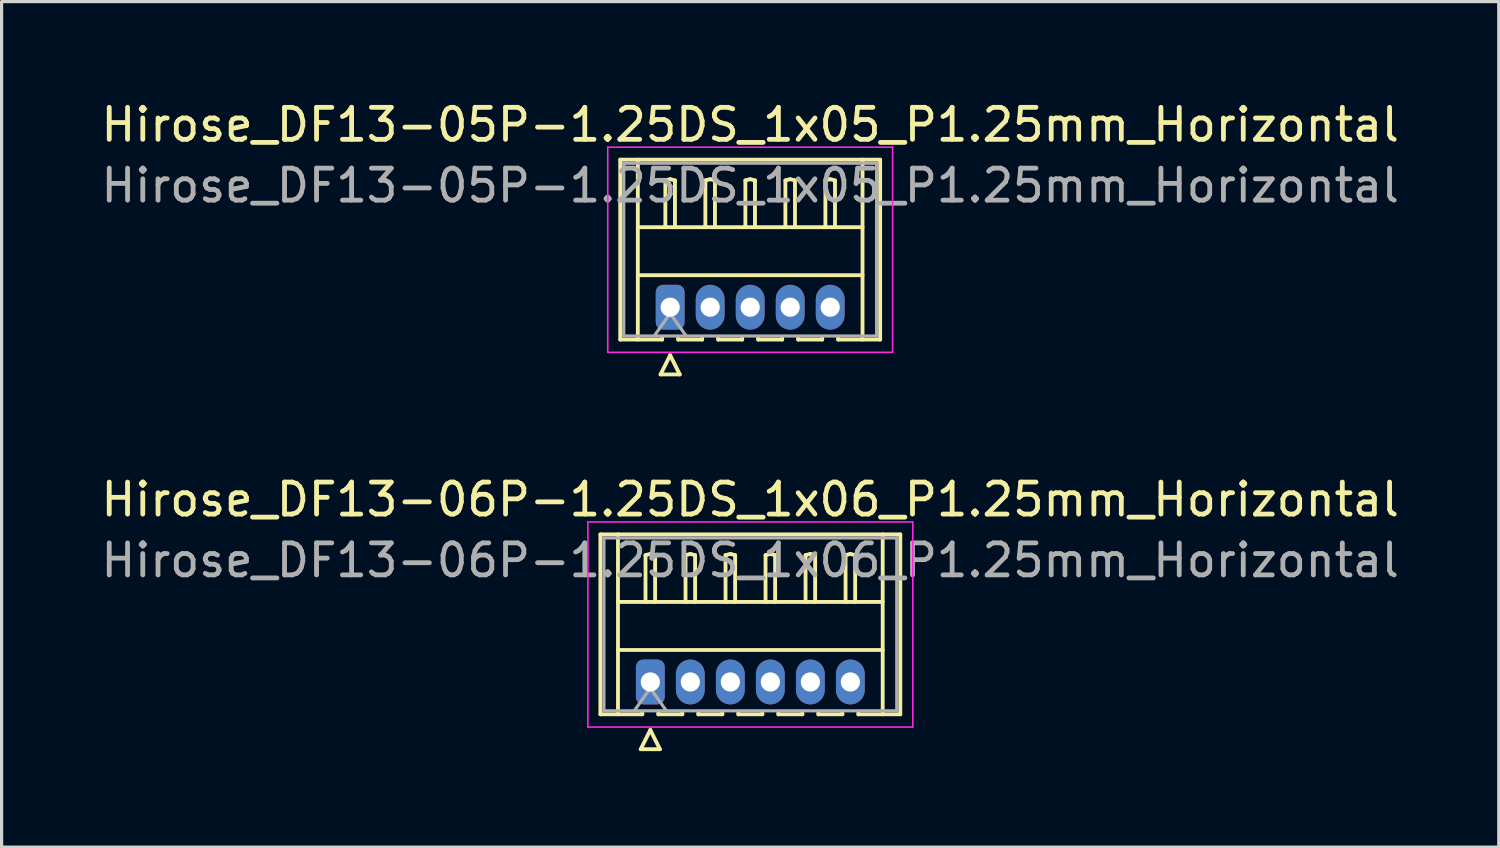
<source format=kicad_pcb>
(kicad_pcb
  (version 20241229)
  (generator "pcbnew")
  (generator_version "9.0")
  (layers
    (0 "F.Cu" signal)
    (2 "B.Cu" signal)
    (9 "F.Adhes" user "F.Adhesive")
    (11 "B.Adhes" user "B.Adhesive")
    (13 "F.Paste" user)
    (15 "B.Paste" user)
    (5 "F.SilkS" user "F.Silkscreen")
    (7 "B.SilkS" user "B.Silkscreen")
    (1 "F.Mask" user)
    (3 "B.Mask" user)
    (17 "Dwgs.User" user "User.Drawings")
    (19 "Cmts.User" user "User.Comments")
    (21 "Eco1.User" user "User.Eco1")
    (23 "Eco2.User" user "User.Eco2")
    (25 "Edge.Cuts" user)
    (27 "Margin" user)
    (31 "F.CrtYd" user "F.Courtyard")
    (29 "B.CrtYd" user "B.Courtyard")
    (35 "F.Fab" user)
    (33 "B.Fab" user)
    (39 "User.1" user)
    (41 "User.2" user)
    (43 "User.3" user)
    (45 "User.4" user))
  (footprint "Hirose_DF13-05P-1.25DS_1x05_P1.25mm_Horizontal"
    (layer "F.Cu")
    (at 17.887 6.548)
    (property "Reference" "Hirose_DF13-05P-1.25DS_1x05_P1.25mm_Horizontal" (at 2.5 -5.7 0) (layer "F.SilkS") (effects (font (size 1 1) (thickness 0.15))))
    (attr through_hole)
    (fp_line (start -1.56 -4.61) (end 6.56 -4.61) (stroke (width 0.12) (type solid)) (layer "F.SilkS"))
    (fp_line (start -1.56 1.01) (end -1.56 -4.61) (stroke (width 0.12) (type solid)) (layer "F.SilkS"))
    (fp_line (start -1.01 -4.61) (end -1.01 1.01) (stroke (width 0.12) (type solid)) (layer "F.SilkS"))
    (fp_line (start -1.01 -2.5) (end 6.01 -2.5) (stroke (width 0.12) (type solid)) (layer "F.SilkS"))
    (fp_line (start -1.01 -1) (end 6.01 -1) (stroke (width 0.12) (type solid)) (layer "F.SilkS"))
    (fp_line (start -0.3 2.1) (end 0.3 2.1) (stroke (width 0.12) (type solid)) (layer "F.SilkS"))
    (fp_line (start -0.25 0.96) (end -0.25 1.01) (stroke (width 0.12) (type solid)) (layer "F.SilkS"))
    (fp_line (start -0.25 1.01) (end -1.56 1.01) (stroke (width 0.12) (type solid)) (layer "F.SilkS"))
    (fp_line (start -0.15 -3.962) (end 0 -4) (stroke (width 0.12) (type solid)) (layer "F.SilkS"))
    (fp_line (start -0.15 -2.5) (end -0.15 -3.962) (stroke (width 0.12) (type solid)) (layer "F.SilkS"))
    (fp_line (start 0 -4) (end 0.15 -3.962) (stroke (width 0.12) (type solid)) (layer "F.SilkS"))
    (fp_line (start 0 1.5) (end -0.3 2.1) (stroke (width 0.12) (type solid)) (layer "F.SilkS"))
    (fp_line (start 0.15 -3.962) (end 0.15 -2.5) (stroke (width 0.12) (type solid)) (layer "F.SilkS"))
    (fp_line (start 0.25 0.96) (end 0.25 1.01) (stroke (width 0.12) (type solid)) (layer "F.SilkS"))
    (fp_line (start 0.25 1.01) (end 1 1.01) (stroke (width 0.12) (type solid)) (layer "F.SilkS"))
    (fp_line (start 0.3 2.1) (end 0 1.5) (stroke (width 0.12) (type solid)) (layer "F.SilkS"))
    (fp_line (start 1 1.01) (end 1 0.96) (stroke (width 0.12) (type solid)) (layer "F.SilkS"))
    (fp_line (start 1.1 -3.962) (end 1.25 -4) (stroke (width 0.12) (type solid)) (layer "F.SilkS"))
    (fp_line (start 1.1 -2.5) (end 1.1 -3.962) (stroke (width 0.12) (type solid)) (layer "F.SilkS"))
    (fp_line (start 1.25 -4) (end 1.4 -3.962) (stroke (width 0.12) (type solid)) (layer "F.SilkS"))
    (fp_line (start 1.4 -3.962) (end 1.4 -2.5) (stroke (width 0.12) (type solid)) (layer "F.SilkS"))
    (fp_line (start 1.5 0.96) (end 1.5 1.01) (stroke (width 0.12) (type solid)) (layer "F.SilkS"))
    (fp_line (start 1.5 1.01) (end 2.25 1.01) (stroke (width 0.12) (type solid)) (layer "F.SilkS"))
    (fp_line (start 2.25 1.01) (end 2.25 0.96) (stroke (width 0.12) (type solid)) (layer "F.SilkS"))
    (fp_line (start 2.35 -3.962) (end 2.5 -4) (stroke (width 0.12) (type solid)) (layer "F.SilkS"))
    (fp_line (start 2.35 -2.5) (end 2.35 -3.962) (stroke (width 0.12) (type solid)) (layer "F.SilkS"))
    (fp_line (start 2.5 -4) (end 2.65 -3.962) (stroke (width 0.12) (type solid)) (layer "F.SilkS"))
    (fp_line (start 2.65 -3.962) (end 2.65 -2.5) (stroke (width 0.12) (type solid)) (layer "F.SilkS"))
    (fp_line (start 2.75 0.96) (end 2.75 1.01) (stroke (width 0.12) (type solid)) (layer "F.SilkS"))
    (fp_line (start 2.75 1.01) (end 3.5 1.01) (stroke (width 0.12) (type solid)) (layer "F.SilkS"))
    (fp_line (start 3.5 1.01) (end 3.5 0.96) (stroke (width 0.12) (type solid)) (layer "F.SilkS"))
    (fp_line (start 3.6 -3.962) (end 3.75 -4) (stroke (width 0.12) (type solid)) (layer "F.SilkS"))
    (fp_line (start 3.6 -2.5) (end 3.6 -3.962) (stroke (width 0.12) (type solid)) (layer "F.SilkS"))
    (fp_line (start 3.75 -4) (end 3.9 -3.962) (stroke (width 0.12) (type solid)) (layer "F.SilkS"))
    (fp_line (start 3.9 -3.962) (end 3.9 -2.5) (stroke (width 0.12) (type solid)) (layer "F.SilkS"))
    (fp_line (start 4 0.96) (end 4 1.01) (stroke (width 0.12) (type solid)) (layer "F.SilkS"))
    (fp_line (start 4 1.01) (end 4.75 1.01) (stroke (width 0.12) (type solid)) (layer "F.SilkS"))
    (fp_line (start 4.75 1.01) (end 4.75 0.96) (stroke (width 0.12) (type solid)) (layer "F.SilkS"))
    (fp_line (start 4.85 -3.962) (end 5 -4) (stroke (width 0.12) (type solid)) (layer "F.SilkS"))
    (fp_line (start 4.85 -2.5) (end 4.85 -3.962) (stroke (width 0.12) (type solid)) (layer "F.SilkS"))
    (fp_line (start 5 -4) (end 5.15 -3.962) (stroke (width 0.12) (type solid)) (layer "F.SilkS"))
    (fp_line (start 5.15 -3.962) (end 5.15 -2.5) (stroke (width 0.12) (type solid)) (layer "F.SilkS"))
    (fp_line (start 5.25 1.01) (end 5.25 0.96) (stroke (width 0.12) (type solid)) (layer "F.SilkS"))
    (fp_line (start 6.01 -4.61) (end 6.01 1.01) (stroke (width 0.12) (type solid)) (layer "F.SilkS"))
    (fp_line (start 6.56 -4.61) (end 6.56 1.01) (stroke (width 0.12) (type solid)) (layer "F.SilkS"))
    (fp_line (start 6.56 1.01) (end 5.25 1.01) (stroke (width 0.12) (type solid)) (layer "F.SilkS"))
    (fp_line (start -1.95 -5) (end -1.95 1.41) (stroke (width 0.05) (type solid)) (layer "F.CrtYd"))
    (fp_line (start -1.95 1.41) (end 6.95 1.41) (stroke (width 0.05) (type solid)) (layer "F.CrtYd"))
    (fp_line (start 6.95 -5) (end -1.95 -5) (stroke (width 0.05) (type solid)) (layer "F.CrtYd"))
    (fp_line (start 6.95 1.41) (end 6.95 -5) (stroke (width 0.05) (type solid)) (layer "F.CrtYd"))
    (fp_line (start -1.45 -4.5) (end -1.45 0.9) (stroke (width 0.1) (type solid)) (layer "F.Fab"))
    (fp_line (start -1.45 0.9) (end 6.45 0.9) (stroke (width 0.1) (type solid)) (layer "F.Fab"))
    (fp_line (start -0.5 0.9) (end 0 0.193) (stroke (width 0.1) (type solid)) (layer "F.Fab"))
    (fp_line (start 0 0.193) (end 0.5 0.9) (stroke (width 0.1) (type solid)) (layer "F.Fab"))
    (fp_line (start 6.45 -4.5) (end -1.45 -4.5) (stroke (width 0.1) (type solid)) (layer "F.Fab"))
    (fp_line (start 6.45 0.9) (end 6.45 -4.5) (stroke (width 0.1) (type solid)) (layer "F.Fab"))
    (fp_text user "${REFERENCE}" (at 2.5 -3.8 0) (layer "F.Fab") (effects (font (size 1 1) (thickness 0.15))))
    (pad "1" thru_hole roundrect (at 0 0) (size 0.9 1.4) (drill 0.6) (layers "*.Cu" "*.Mask") (roundrect_rratio 0.25))
    (pad "2" thru_hole oval (at 1.25 0) (size 0.9 1.4) (drill 0.6) (layers "*.Cu" "*.Mask"))
    (pad "3" thru_hole oval (at 2.5 0) (size 0.9 1.4) (drill 0.6) (layers "*.Cu" "*.Mask"))
    (pad "4" thru_hole oval (at 3.75 0) (size 0.9 1.4) (drill 0.6) (layers "*.Cu" "*.Mask"))
    (pad "5" thru_hole oval (at 5 0) (size 0.9 1.4) (drill 0.6) (layers "*.Cu" "*.Mask")))
  (footprint "Hirose_DF13-06P-1.25DS_1x06_P1.25mm_Horizontal"
    (layer "F.Cu")
    (at 17.267 18.256)
    (property "Reference" "Hirose_DF13-06P-1.25DS_1x06_P1.25mm_Horizontal" (at 3.12 -5.7 0) (layer "F.SilkS") (effects (font (size 1 1) (thickness 0.15))))
    (attr through_hole)
    (fp_line (start -1.56 -4.61) (end 7.81 -4.61) (stroke (width 0.12) (type solid)) (layer "F.SilkS"))
    (fp_line (start -1.56 1.01) (end -1.56 -4.61) (stroke (width 0.12) (type solid)) (layer "F.SilkS"))
    (fp_line (start -1.01 -4.61) (end -1.01 1.01) (stroke (width 0.12) (type solid)) (layer "F.SilkS"))
    (fp_line (start -1.01 -2.5) (end 7.26 -2.5) (stroke (width 0.12) (type solid)) (layer "F.SilkS"))
    (fp_line (start -1.01 -1) (end 7.26 -1) (stroke (width 0.12) (type solid)) (layer "F.SilkS"))
    (fp_line (start -0.3 2.1) (end 0.3 2.1) (stroke (width 0.12) (type solid)) (layer "F.SilkS"))
    (fp_line (start -0.25 0.96) (end -0.25 1.01) (stroke (width 0.12) (type solid)) (layer "F.SilkS"))
    (fp_line (start -0.25 1.01) (end -1.56 1.01) (stroke (width 0.12) (type solid)) (layer "F.SilkS"))
    (fp_line (start -0.15 -3.962) (end 0 -4) (stroke (width 0.12) (type solid)) (layer "F.SilkS"))
    (fp_line (start -0.15 -2.5) (end -0.15 -3.962) (stroke (width 0.12) (type solid)) (layer "F.SilkS"))
    (fp_line (start 0 -4) (end 0.15 -3.962) (stroke (width 0.12) (type solid)) (layer "F.SilkS"))
    (fp_line (start 0 1.5) (end -0.3 2.1) (stroke (width 0.12) (type solid)) (layer "F.SilkS"))
    (fp_line (start 0.15 -3.962) (end 0.15 -2.5) (stroke (width 0.12) (type solid)) (layer "F.SilkS"))
    (fp_line (start 0.25 0.96) (end 0.25 1.01) (stroke (width 0.12) (type solid)) (layer "F.SilkS"))
    (fp_line (start 0.25 1.01) (end 1 1.01) (stroke (width 0.12) (type solid)) (layer "F.SilkS"))
    (fp_line (start 0.3 2.1) (end 0 1.5) (stroke (width 0.12) (type solid)) (layer "F.SilkS"))
    (fp_line (start 1 1.01) (end 1 0.96) (stroke (width 0.12) (type solid)) (layer "F.SilkS"))
    (fp_line (start 1.1 -3.962) (end 1.25 -4) (stroke (width 0.12) (type solid)) (layer "F.SilkS"))
    (fp_line (start 1.1 -2.5) (end 1.1 -3.962) (stroke (width 0.12) (type solid)) (layer "F.SilkS"))
    (fp_line (start 1.25 -4) (end 1.4 -3.962) (stroke (width 0.12) (type solid)) (layer "F.SilkS"))
    (fp_line (start 1.4 -3.962) (end 1.4 -2.5) (stroke (width 0.12) (type solid)) (layer "F.SilkS"))
    (fp_line (start 1.5 0.96) (end 1.5 1.01) (stroke (width 0.12) (type solid)) (layer "F.SilkS"))
    (fp_line (start 1.5 1.01) (end 2.25 1.01) (stroke (width 0.12) (type solid)) (layer "F.SilkS"))
    (fp_line (start 2.25 1.01) (end 2.25 0.96) (stroke (width 0.12) (type solid)) (layer "F.SilkS"))
    (fp_line (start 2.35 -3.962) (end 2.5 -4) (stroke (width 0.12) (type solid)) (layer "F.SilkS"))
    (fp_line (start 2.35 -2.5) (end 2.35 -3.962) (stroke (width 0.12) (type solid)) (layer "F.SilkS"))
    (fp_line (start 2.5 -4) (end 2.65 -3.962) (stroke (width 0.12) (type solid)) (layer "F.SilkS"))
    (fp_line (start 2.65 -3.962) (end 2.65 -2.5) (stroke (width 0.12) (type solid)) (layer "F.SilkS"))
    (fp_line (start 2.75 0.96) (end 2.75 1.01) (stroke (width 0.12) (type solid)) (layer "F.SilkS"))
    (fp_line (start 2.75 1.01) (end 3.5 1.01) (stroke (width 0.12) (type solid)) (layer "F.SilkS"))
    (fp_line (start 3.5 1.01) (end 3.5 0.96) (stroke (width 0.12) (type solid)) (layer "F.SilkS"))
    (fp_line (start 3.6 -3.962) (end 3.75 -4) (stroke (width 0.12) (type solid)) (layer "F.SilkS"))
    (fp_line (start 3.6 -2.5) (end 3.6 -3.962) (stroke (width 0.12) (type solid)) (layer "F.SilkS"))
    (fp_line (start 3.75 -4) (end 3.9 -3.962) (stroke (width 0.12) (type solid)) (layer "F.SilkS"))
    (fp_line (start 3.9 -3.962) (end 3.9 -2.5) (stroke (width 0.12) (type solid)) (layer "F.SilkS"))
    (fp_line (start 4 0.96) (end 4 1.01) (stroke (width 0.12) (type solid)) (layer "F.SilkS"))
    (fp_line (start 4 1.01) (end 4.75 1.01) (stroke (width 0.12) (type solid)) (layer "F.SilkS"))
    (fp_line (start 4.75 1.01) (end 4.75 0.96) (stroke (width 0.12) (type solid)) (layer "F.SilkS"))
    (fp_line (start 4.85 -3.962) (end 5 -4) (stroke (width 0.12) (type solid)) (layer "F.SilkS"))
    (fp_line (start 4.85 -2.5) (end 4.85 -3.962) (stroke (width 0.12) (type solid)) (layer "F.SilkS"))
    (fp_line (start 5 -4) (end 5.15 -3.962) (stroke (width 0.12) (type solid)) (layer "F.SilkS"))
    (fp_line (start 5.15 -3.962) (end 5.15 -2.5) (stroke (width 0.12) (type solid)) (layer "F.SilkS"))
    (fp_line (start 5.25 0.96) (end 5.25 1.01) (stroke (width 0.12) (type solid)) (layer "F.SilkS"))
    (fp_line (start 5.25 1.01) (end 6 1.01) (stroke (width 0.12) (type solid)) (layer "F.SilkS"))
    (fp_line (start 6 1.01) (end 6 0.96) (stroke (width 0.12) (type solid)) (layer "F.SilkS"))
    (fp_line (start 6.1 -3.962) (end 6.25 -4) (stroke (width 0.12) (type solid)) (layer "F.SilkS"))
    (fp_line (start 6.1 -2.5) (end 6.1 -3.962) (stroke (width 0.12) (type solid)) (layer "F.SilkS"))
    (fp_line (start 6.25 -4) (end 6.4 -3.962) (stroke (width 0.12) (type solid)) (layer "F.SilkS"))
    (fp_line (start 6.4 -3.962) (end 6.4 -2.5) (stroke (width 0.12) (type solid)) (layer "F.SilkS"))
    (fp_line (start 6.5 1.01) (end 6.5 0.96) (stroke (width 0.12) (type solid)) (layer "F.SilkS"))
    (fp_line (start 7.26 -4.61) (end 7.26 1.01) (stroke (width 0.12) (type solid)) (layer "F.SilkS"))
    (fp_line (start 7.81 -4.61) (end 7.81 1.01) (stroke (width 0.12) (type solid)) (layer "F.SilkS"))
    (fp_line (start 7.81 1.01) (end 6.5 1.01) (stroke (width 0.12) (type solid)) (layer "F.SilkS"))
    (fp_line (start -1.95 -5) (end -1.95 1.41) (stroke (width 0.05) (type solid)) (layer "F.CrtYd"))
    (fp_line (start -1.95 1.41) (end 8.2 1.41) (stroke (width 0.05) (type solid)) (layer "F.CrtYd"))
    (fp_line (start 8.2 -5) (end -1.95 -5) (stroke (width 0.05) (type solid)) (layer "F.CrtYd"))
    (fp_line (start 8.2 1.41) (end 8.2 -5) (stroke (width 0.05) (type solid)) (layer "F.CrtYd"))
    (fp_line (start -1.45 -4.5) (end -1.45 0.9) (stroke (width 0.1) (type solid)) (layer "F.Fab"))
    (fp_line (start -1.45 0.9) (end 7.7 0.9) (stroke (width 0.1) (type solid)) (layer "F.Fab"))
    (fp_line (start -0.5 0.9) (end 0 0.193) (stroke (width 0.1) (type solid)) (layer "F.Fab"))
    (fp_line (start 0 0.193) (end 0.5 0.9) (stroke (width 0.1) (type solid)) (layer "F.Fab"))
    (fp_line (start 7.7 -4.5) (end -1.45 -4.5) (stroke (width 0.1) (type solid)) (layer "F.Fab"))
    (fp_line (start 7.7 0.9) (end 7.7 -4.5) (stroke (width 0.1) (type solid)) (layer "F.Fab"))
    (fp_text user "${REFERENCE}" (at 3.12 -3.8 0) (layer "F.Fab") (effects (font (size 1 1) (thickness 0.15))))
    (pad "1" thru_hole roundrect (at 0 0) (size 0.9 1.4) (drill 0.6) (layers "*.Cu" "*.Mask") (roundrect_rratio 0.25))
    (pad "2" thru_hole oval (at 1.25 0) (size 0.9 1.4) (drill 0.6) (layers "*.Cu" "*.Mask"))
    (pad "3" thru_hole oval (at 2.5 0) (size 0.9 1.4) (drill 0.6) (layers "*.Cu" "*.Mask"))
    (pad "4" thru_hole oval (at 3.75 0) (size 0.9 1.4) (drill 0.6) (layers "*.Cu" "*.Mask"))
    (pad "5" thru_hole oval (at 5 0) (size 0.9 1.4) (drill 0.6) (layers "*.Cu" "*.Mask"))
    (pad "6" thru_hole oval (at 6.25 0) (size 0.9 1.4) (drill 0.6) (layers "*.Cu" "*.Mask")))
  (gr_rect
    (start -3 -3)
    (end 43.774 23.416)
    (stroke (width 0.1) (type default))
    (fill no)
    (layer "Edge.Cuts")))
</source>
